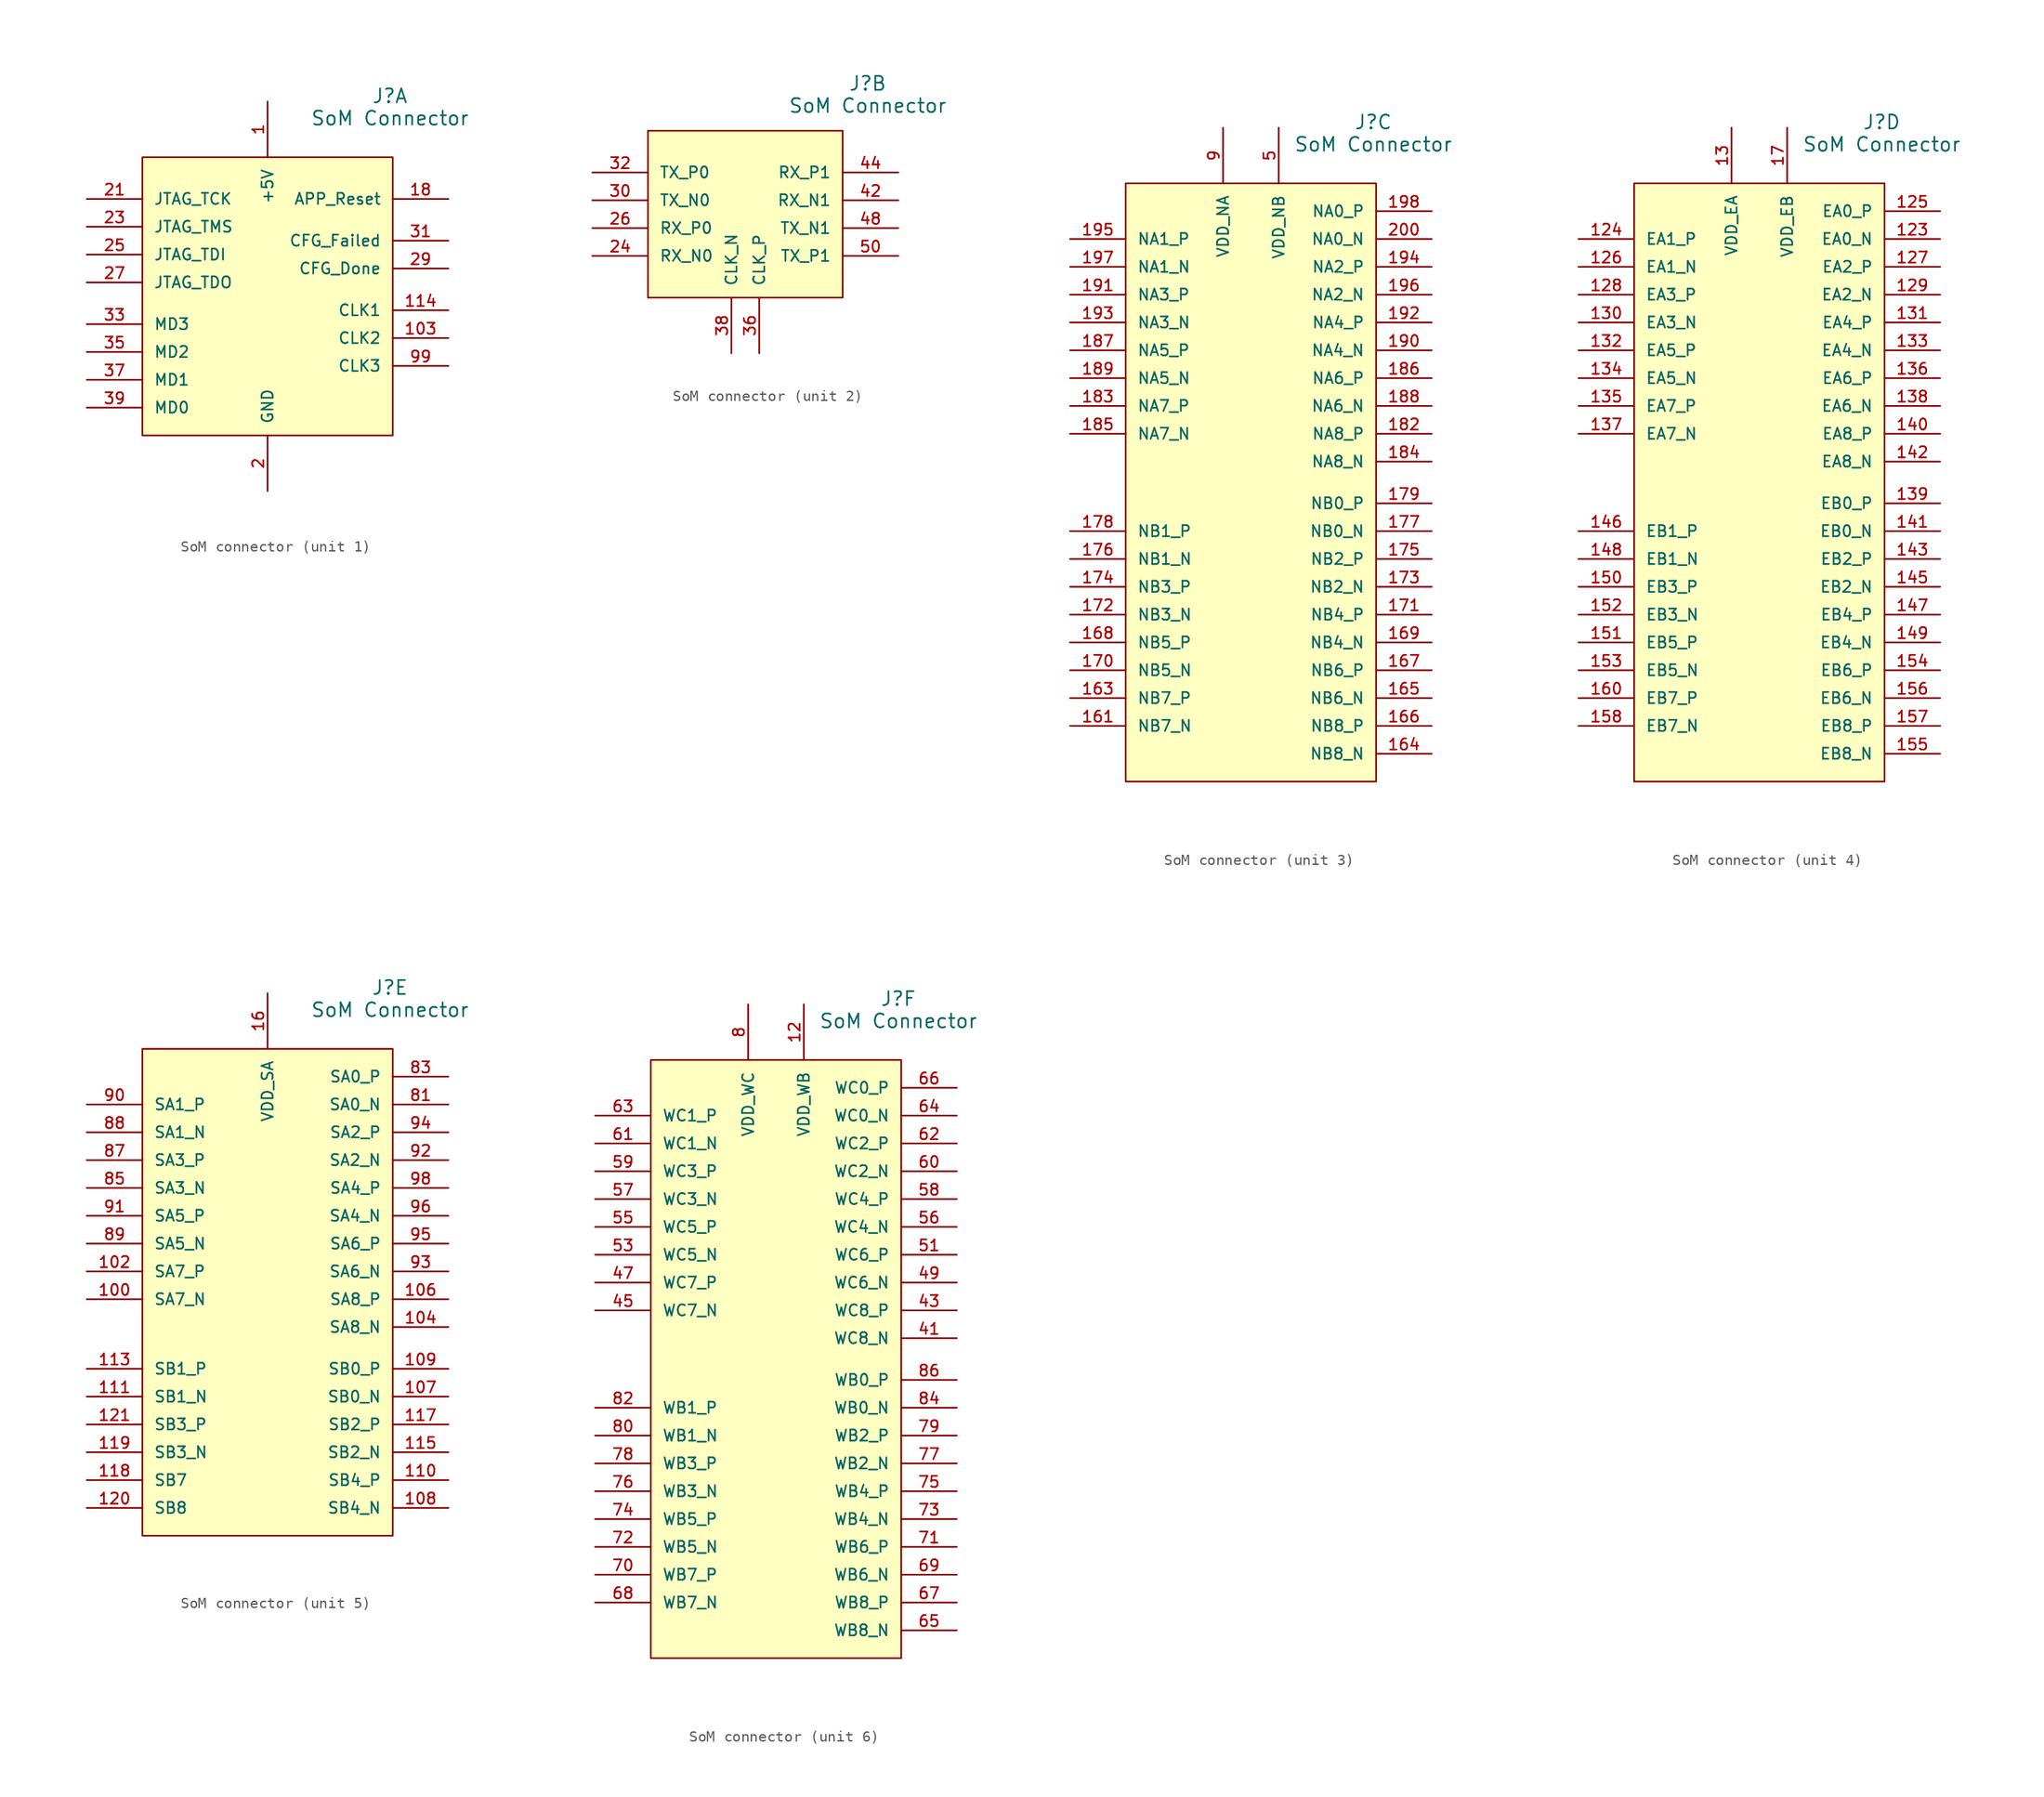
<source format=kicad_sym>
(kicad_symbol_lib
  (version 20231120)
  (generator "kicad_symbol_editor")
  (generator_version "8.0")
  (symbol "SoM connector"
    (pin_names
      (offset 1.016))
    (property "Reference" "J"
      (at 11.176 23.368 0)
      (effects (font (size 1.27 1.27))))
    (property "Value" "SoM Connector"
      (at 11.176 21.336 0)
      (effects (font (size 1.27 1.27))))
    (property "ki_locked" ""
      (at 0 0 0)
      (effects (font (size 1.27 1.27))))
    (symbol "SoM connector_1_0"
      (rectangle (start -11.43 17.78) (end 11.43 -7.62) (stroke (width 0.152) (type solid)) (fill (type background)))
      (pin power_in line (at 0 22.86 270) (length 5.08) (name "+5V" (effects (font (size 1.016 1.016)))) (number "1" (effects (font (size 1.016 1.016)))))
      (pin passive line (at 0 -12.7 90) (length 5.08) hide (name "GND" (effects (font (size 1.016 1.016)))) (number "10" (effects (font (size 1.016 1.016)))))
      (pin passive line (at 0 -12.7 90) (length 5.08) hide (name "GND" (effects (font (size 1.016 1.016)))) (number "101" (effects (font (size 1.016 1.016)))))
      (pin passive line (at 16.51 1.27 180) (length 5.08) (name "CLK2" (effects (font (size 1.016 1.016)))) (number "103" (effects (font (size 1.016 1.016)))))
      (pin passive line (at 0 -12.7 90) (length 5.08) hide (name "GND" (effects (font (size 1.016 1.016)))) (number "105" (effects (font (size 1.016 1.016)))))
      (pin passive line (at 0 -12.7 90) (length 5.08) hide (name "GND" (effects (font (size 1.016 1.016)))) (number "11" (effects (font (size 1.016 1.016)))))
      (pin passive line (at 0 -12.7 90) (length 5.08) hide (name "GND" (effects (font (size 1.016 1.016)))) (number "112" (effects (font (size 1.016 1.016)))))
      (pin passive line (at 16.51 3.81 180) (length 5.08) (name "CLK1" (effects (font (size 1.016 1.016)))) (number "114" (effects (font (size 1.016 1.016)))))
      (pin passive line (at 0 -12.7 90) (length 5.08) hide (name "GND" (effects (font (size 1.016 1.016)))) (number "116" (effects (font (size 1.016 1.016)))))
      (pin passive line (at 0 -12.7 90) (length 5.08) hide (name "GND" (effects (font (size 1.016 1.016)))) (number "122" (effects (font (size 1.016 1.016)))))
      (pin passive line (at 0 -12.7 90) (length 5.08) hide (name "GND" (effects (font (size 1.016 1.016)))) (number "14" (effects (font (size 1.016 1.016)))))
      (pin passive line (at 0 -12.7 90) (length 5.08) hide (name "GND" (effects (font (size 1.016 1.016)))) (number "144" (effects (font (size 1.016 1.016)))))
      (pin passive line (at 0 -12.7 90) (length 5.08) hide (name "GND" (effects (font (size 1.016 1.016)))) (number "15" (effects (font (size 1.016 1.016)))))
      (pin passive line (at 0 -12.7 90) (length 5.08) hide (name "GND" (effects (font (size 1.016 1.016)))) (number "159" (effects (font (size 1.016 1.016)))))
      (pin passive line (at 0 -12.7 90) (length 5.08) hide (name "GND" (effects (font (size 1.016 1.016)))) (number "162" (effects (font (size 1.016 1.016)))))
      (pin passive line (at 16.51 13.97 180) (length 5.08) (name "APP_Reset" (effects (font (size 1.016 1.016)))) (number "18" (effects (font (size 1.016 1.016)))))
      (pin passive line (at 0 -12.7 90) (length 5.08) hide (name "GND" (effects (font (size 1.016 1.016)))) (number "180" (effects (font (size 1.016 1.016)))))
      (pin passive line (at 0 -12.7 90) (length 5.08) hide (name "GND" (effects (font (size 1.016 1.016)))) (number "181" (effects (font (size 1.016 1.016)))))
      (pin passive line (at 0 -12.7 90) (length 5.08) hide (name "GND" (effects (font (size 1.016 1.016)))) (number "19" (effects (font (size 1.016 1.016)))))
      (pin passive line (at 0 -12.7 90) (length 5.08) hide (name "GND" (effects (font (size 1.016 1.016)))) (number "199" (effects (font (size 1.016 1.016)))))
      (pin passive line (at 0 -12.7 90) (length 5.08) (name "GND" (effects (font (size 1.016 1.016)))) (number "2" (effects (font (size 1.016 1.016)))))
      (pin passive line (at 0 -12.7 90) (length 5.08) hide (name "GND" (effects (font (size 1.016 1.016)))) (number "20" (effects (font (size 1.016 1.016)))))
      (pin passive line (at -16.51 13.97 0) (length 5.08) (name "JTAG_TCK" (effects (font (size 1.016 1.016)))) (number "21" (effects (font (size 1.016 1.016)))))
      (pin passive line (at 0 -12.7 90) (length 5.08) hide (name "GND" (effects (font (size 1.016 1.016)))) (number "22" (effects (font (size 1.016 1.016)))))
      (pin passive line (at -16.51 11.43 0) (length 5.08) (name "JTAG_TMS" (effects (font (size 1.016 1.016)))) (number "23" (effects (font (size 1.016 1.016)))))
      (pin passive line (at -16.51 8.89 0) (length 5.08) (name "JTAG_TDI" (effects (font (size 1.016 1.016)))) (number "25" (effects (font (size 1.016 1.016)))))
      (pin passive line (at -16.51 6.35 0) (length 5.08) (name "JTAG_TDO" (effects (font (size 1.016 1.016)))) (number "27" (effects (font (size 1.016 1.016)))))
      (pin passive line (at 0 -12.7 90) (length 5.08) hide (name "GND" (effects (font (size 1.016 1.016)))) (number "28" (effects (font (size 1.016 1.016)))))
      (pin passive line (at 16.51 7.62 180) (length 5.08) (name "CFG_Done" (effects (font (size 1.016 1.016)))) (number "29" (effects (font (size 1.016 1.016)))))
      (pin passive line (at 0 -12.7 90) (length 5.08) hide (name "GND" (effects (font (size 1.016 1.016)))) (number "3" (effects (font (size 1.016 1.016)))))
      (pin passive line (at 16.51 10.16 180) (length 5.08) (name "CFG_Failed" (effects (font (size 1.016 1.016)))) (number "31" (effects (font (size 1.016 1.016)))))
      (pin passive line (at -16.51 2.54 0) (length 5.08) (name "MD3" (effects (font (size 1.016 1.016)))) (number "33" (effects (font (size 1.016 1.016)))))
      (pin passive line (at 0 -12.7 90) (length 5.08) hide (name "GND" (effects (font (size 1.016 1.016)))) (number "34" (effects (font (size 1.016 1.016)))))
      (pin passive line (at -16.51 0 0) (length 5.08) (name "MD2" (effects (font (size 1.016 1.016)))) (number "35" (effects (font (size 1.016 1.016)))))
      (pin passive line (at -16.51 -2.54 0) (length 5.08) (name "MD1" (effects (font (size 1.016 1.016)))) (number "37" (effects (font (size 1.016 1.016)))))
      (pin passive line (at -16.51 -5.08 0) (length 5.08) (name "MD0" (effects (font (size 1.016 1.016)))) (number "39" (effects (font (size 1.016 1.016)))))
      (pin power_in line (at 0 22.86 270) (length 5.08) hide (name "+5V" (effects (font (size 1.016 1.016)))) (number "4" (effects (font (size 1.016 1.016)))))
      (pin passive line (at 0 -12.7 90) (length 5.08) hide (name "GND" (effects (font (size 1.016 1.016)))) (number "40" (effects (font (size 1.016 1.016)))))
      (pin passive line (at 0 -12.7 90) (length 5.08) hide (name "GND" (effects (font (size 1.016 1.016)))) (number "46" (effects (font (size 1.016 1.016)))))
      (pin passive line (at 0 -12.7 90) (length 5.08) hide (name "GND" (effects (font (size 1.016 1.016)))) (number "52" (effects (font (size 1.016 1.016)))))
      (pin passive line (at 0 -12.7 90) (length 5.08) hide (name "GND" (effects (font (size 1.016 1.016)))) (number "54" (effects (font (size 1.016 1.016)))))
      (pin passive line (at 0 -12.7 90) (length 5.08) hide (name "GND" (effects (font (size 1.016 1.016)))) (number "6" (effects (font (size 1.016 1.016)))))
      (pin passive line (at 0 -12.7 90) (length 5.08) hide (name "GND" (effects (font (size 1.016 1.016)))) (number "7" (effects (font (size 1.016 1.016)))))
      (pin passive line (at 0 -12.7 90) (length 5.08) hide (name "GND" (effects (font (size 1.016 1.016)))) (number "97" (effects (font (size 1.016 1.016)))))
      (pin passive line (at 16.51 -1.27 180) (length 5.08) (name "CLK3" (effects (font (size 1.016 1.016)))) (number "99" (effects (font (size 1.016 1.016)))))
      (pin passive line (at 0 -12.7 90) (length 5.08) hide (name "SHIELD" (effects (font (size 1.016 1.016)))) (number "S1" (effects (font (size 1.016 1.016)))))
      (pin passive line (at 0 -12.7 90) (length 5.08) hide (name "SHIELD__1" (effects (font (size 1.016 1.016)))) (number "S2" (effects (font (size 1.016 1.016))))))
    (symbol "SoM connector_2_0"
      (rectangle (start -8.89 19.05) (end 8.89 3.81) (stroke (width 0.152) (type solid)) (fill (type background)))
      (pin passive line (at -13.97 7.62 0) (length 5.08) (name "RX_N0" (effects (font (size 1.016 1.016)))) (number "24" (effects (font (size 1.016 1.016)))))
      (pin passive line (at -13.97 10.16 0) (length 5.08) (name "RX_P0" (effects (font (size 1.016 1.016)))) (number "26" (effects (font (size 1.016 1.016)))))
      (pin passive line (at -13.97 12.7 0) (length 5.08) (name "TX_N0" (effects (font (size 1.016 1.016)))) (number "30" (effects (font (size 1.016 1.016)))))
      (pin passive line (at -13.97 15.24 0) (length 5.08) (name "TX_P0" (effects (font (size 1.016 1.016)))) (number "32" (effects (font (size 1.016 1.016)))))
      (pin passive line (at 1.27 -1.27 90) (length 5.08) (name "CLK_P" (effects (font (size 1.016 1.016)))) (number "36" (effects (font (size 1.016 1.016)))))
      (pin passive line (at -1.27 -1.27 90) (length 5.08) (name "CLK_N" (effects (font (size 1.016 1.016)))) (number "38" (effects (font (size 1.016 1.016)))))
      (pin passive line (at 13.97 12.7 180) (length 5.08) (name "RX_N1" (effects (font (size 1.016 1.016)))) (number "42" (effects (font (size 1.016 1.016)))))
      (pin passive line (at 13.97 15.24 180) (length 5.08) (name "RX_P1" (effects (font (size 1.016 1.016)))) (number "44" (effects (font (size 1.016 1.016)))))
      (pin passive line (at 13.97 10.16 180) (length 5.08) (name "TX_N1" (effects (font (size 1.016 1.016)))) (number "48" (effects (font (size 1.016 1.016)))))
      (pin passive line (at 13.97 7.62 180) (length 5.08) (name "TX_P1" (effects (font (size 1.016 1.016)))) (number "50" (effects (font (size 1.016 1.016))))))
    (symbol "SoM connector_3_0"
      (rectangle (start -11.43 17.78) (end 11.43 -36.83) (stroke (width 0.152) (type solid)) (fill (type background)))
      (pin passive line (at -16.51 -31.75 0) (length 5.08) (name "NB7_N" (effects (font (size 1.016 1.016)))) (number "161" (effects (font (size 1.016 1.016)))))
      (pin passive line (at -16.51 -29.21 0) (length 5.08) (name "NB7_P" (effects (font (size 1.016 1.016)))) (number "163" (effects (font (size 1.016 1.016)))))
      (pin passive line (at 16.51 -34.29 180) (length 5.08) (name "NB8_N" (effects (font (size 1.016 1.016)))) (number "164" (effects (font (size 1.016 1.016)))))
      (pin passive line (at 16.51 -29.21 180) (length 5.08) (name "NB6_N" (effects (font (size 1.016 1.016)))) (number "165" (effects (font (size 1.016 1.016)))))
      (pin passive line (at 16.51 -31.75 180) (length 5.08) (name "NB8_P" (effects (font (size 1.016 1.016)))) (number "166" (effects (font (size 1.016 1.016)))))
      (pin passive line (at 16.51 -26.67 180) (length 5.08) (name "NB6_P" (effects (font (size 1.016 1.016)))) (number "167" (effects (font (size 1.016 1.016)))))
      (pin passive line (at -16.51 -24.13 0) (length 5.08) (name "NB5_P" (effects (font (size 1.016 1.016)))) (number "168" (effects (font (size 1.016 1.016)))))
      (pin passive line (at 16.51 -24.13 180) (length 5.08) (name "NB4_N" (effects (font (size 1.016 1.016)))) (number "169" (effects (font (size 1.016 1.016)))))
      (pin passive line (at -16.51 -26.67 0) (length 5.08) (name "NB5_N" (effects (font (size 1.016 1.016)))) (number "170" (effects (font (size 1.016 1.016)))))
      (pin passive line (at 16.51 -21.59 180) (length 5.08) (name "NB4_P" (effects (font (size 1.016 1.016)))) (number "171" (effects (font (size 1.016 1.016)))))
      (pin passive line (at -16.51 -21.59 0) (length 5.08) (name "NB3_N" (effects (font (size 1.016 1.016)))) (number "172" (effects (font (size 1.016 1.016)))))
      (pin passive line (at 16.51 -19.05 180) (length 5.08) (name "NB2_N" (effects (font (size 1.016 1.016)))) (number "173" (effects (font (size 1.016 1.016)))))
      (pin passive line (at -16.51 -19.05 0) (length 5.08) (name "NB3_P" (effects (font (size 1.016 1.016)))) (number "174" (effects (font (size 1.016 1.016)))))
      (pin passive line (at 16.51 -16.51 180) (length 5.08) (name "NB2_P" (effects (font (size 1.016 1.016)))) (number "175" (effects (font (size 1.016 1.016)))))
      (pin passive line (at -16.51 -16.51 0) (length 5.08) (name "NB1_N" (effects (font (size 1.016 1.016)))) (number "176" (effects (font (size 1.016 1.016)))))
      (pin passive line (at 16.51 -13.97 180) (length 5.08) (name "NB0_N" (effects (font (size 1.016 1.016)))) (number "177" (effects (font (size 1.016 1.016)))))
      (pin passive line (at -16.51 -13.97 0) (length 5.08) (name "NB1_P" (effects (font (size 1.016 1.016)))) (number "178" (effects (font (size 1.016 1.016)))))
      (pin passive line (at 16.51 -11.43 180) (length 5.08) (name "NB0_P" (effects (font (size 1.016 1.016)))) (number "179" (effects (font (size 1.016 1.016)))))
      (pin passive line (at 16.51 -5.08 180) (length 5.08) (name "NA8_P" (effects (font (size 1.016 1.016)))) (number "182" (effects (font (size 1.016 1.016)))))
      (pin passive line (at -16.51 -2.54 0) (length 5.08) (name "NA7_P" (effects (font (size 1.016 1.016)))) (number "183" (effects (font (size 1.016 1.016)))))
      (pin passive line (at 16.51 -7.62 180) (length 5.08) (name "NA8_N" (effects (font (size 1.016 1.016)))) (number "184" (effects (font (size 1.016 1.016)))))
      (pin passive line (at -16.51 -5.08 0) (length 5.08) (name "NA7_N" (effects (font (size 1.016 1.016)))) (number "185" (effects (font (size 1.016 1.016)))))
      (pin passive line (at 16.51 0 180) (length 5.08) (name "NA6_P" (effects (font (size 1.016 1.016)))) (number "186" (effects (font (size 1.016 1.016)))))
      (pin passive line (at -16.51 2.54 0) (length 5.08) (name "NA5_P" (effects (font (size 1.016 1.016)))) (number "187" (effects (font (size 1.016 1.016)))))
      (pin passive line (at 16.51 -2.54 180) (length 5.08) (name "NA6_N" (effects (font (size 1.016 1.016)))) (number "188" (effects (font (size 1.016 1.016)))))
      (pin passive line (at -16.51 0 0) (length 5.08) (name "NA5_N" (effects (font (size 1.016 1.016)))) (number "189" (effects (font (size 1.016 1.016)))))
      (pin passive line (at 16.51 2.54 180) (length 5.08) (name "NA4_N" (effects (font (size 1.016 1.016)))) (number "190" (effects (font (size 1.016 1.016)))))
      (pin passive line (at -16.51 7.62 0) (length 5.08) (name "NA3_P" (effects (font (size 1.016 1.016)))) (number "191" (effects (font (size 1.016 1.016)))))
      (pin passive line (at 16.51 5.08 180) (length 5.08) (name "NA4_P" (effects (font (size 1.016 1.016)))) (number "192" (effects (font (size 1.016 1.016)))))
      (pin passive line (at -16.51 5.08 0) (length 5.08) (name "NA3_N" (effects (font (size 1.016 1.016)))) (number "193" (effects (font (size 1.016 1.016)))))
      (pin passive line (at 16.51 10.16 180) (length 5.08) (name "NA2_P" (effects (font (size 1.016 1.016)))) (number "194" (effects (font (size 1.016 1.016)))))
      (pin passive line (at -16.51 12.7 0) (length 5.08) (name "NA1_P" (effects (font (size 1.016 1.016)))) (number "195" (effects (font (size 1.016 1.016)))))
      (pin passive line (at 16.51 7.62 180) (length 5.08) (name "NA2_N" (effects (font (size 1.016 1.016)))) (number "196" (effects (font (size 1.016 1.016)))))
      (pin passive line (at -16.51 10.16 0) (length 5.08) (name "NA1_N" (effects (font (size 1.016 1.016)))) (number "197" (effects (font (size 1.016 1.016)))))
      (pin passive line (at 16.51 15.24 180) (length 5.08) (name "NA0_P" (effects (font (size 1.016 1.016)))) (number "198" (effects (font (size 1.016 1.016)))))
      (pin passive line (at 16.51 12.7 180) (length 5.08) (name "NA0_N" (effects (font (size 1.016 1.016)))) (number "200" (effects (font (size 1.016 1.016)))))
      (pin power_in line (at 2.54 22.86 270) (length 5.08) (name "VDD_NB" (effects (font (size 1.016 1.016)))) (number "5" (effects (font (size 1.016 1.016)))))
      (pin power_in line (at -2.54 22.86 270) (length 5.08) (name "VDD_NA" (effects (font (size 1.016 1.016)))) (number "9" (effects (font (size 1.016 1.016))))))
    (symbol "SoM connector_4_0"
      (rectangle (start -11.43 17.78) (end 11.43 -36.83) (stroke (width 0.152) (type solid)) (fill (type background)))
      (pin passive line (at 16.51 12.7 180) (length 5.08) (name "EA0_N" (effects (font (size 1.016 1.016)))) (number "123" (effects (font (size 1.016 1.016)))))
      (pin passive line (at -16.51 12.7 0) (length 5.08) (name "EA1_P" (effects (font (size 1.016 1.016)))) (number "124" (effects (font (size 1.016 1.016)))))
      (pin passive line (at 16.51 15.24 180) (length 5.08) (name "EA0_P" (effects (font (size 1.016 1.016)))) (number "125" (effects (font (size 1.016 1.016)))))
      (pin passive line (at -16.51 10.16 0) (length 5.08) (name "EA1_N" (effects (font (size 1.016 1.016)))) (number "126" (effects (font (size 1.016 1.016)))))
      (pin passive line (at 16.51 10.16 180) (length 5.08) (name "EA2_P" (effects (font (size 1.016 1.016)))) (number "127" (effects (font (size 1.016 1.016)))))
      (pin passive line (at -16.51 7.62 0) (length 5.08) (name "EA3_P" (effects (font (size 1.016 1.016)))) (number "128" (effects (font (size 1.016 1.016)))))
      (pin passive line (at 16.51 7.62 180) (length 5.08) (name "EA2_N" (effects (font (size 1.016 1.016)))) (number "129" (effects (font (size 1.016 1.016)))))
      (pin power_in line (at -2.54 22.86 270) (length 5.08) (name "VDD_EA" (effects (font (size 1.016 1.016)))) (number "13" (effects (font (size 1.016 1.016)))))
      (pin passive line (at -16.51 5.08 0) (length 5.08) (name "EA3_N" (effects (font (size 1.016 1.016)))) (number "130" (effects (font (size 1.016 1.016)))))
      (pin passive line (at 16.51 5.08 180) (length 5.08) (name "EA4_P" (effects (font (size 1.016 1.016)))) (number "131" (effects (font (size 1.016 1.016)))))
      (pin passive line (at -16.51 2.54 0) (length 5.08) (name "EA5_P" (effects (font (size 1.016 1.016)))) (number "132" (effects (font (size 1.016 1.016)))))
      (pin passive line (at 16.51 2.54 180) (length 5.08) (name "EA4_N" (effects (font (size 1.016 1.016)))) (number "133" (effects (font (size 1.016 1.016)))))
      (pin passive line (at -16.51 0 0) (length 5.08) (name "EA5_N" (effects (font (size 1.016 1.016)))) (number "134" (effects (font (size 1.016 1.016)))))
      (pin passive line (at -16.51 -2.54 0) (length 5.08) (name "EA7_P" (effects (font (size 1.016 1.016)))) (number "135" (effects (font (size 1.016 1.016)))))
      (pin passive line (at 16.51 0 180) (length 5.08) (name "EA6_P" (effects (font (size 1.016 1.016)))) (number "136" (effects (font (size 1.016 1.016)))))
      (pin passive line (at -16.51 -5.08 0) (length 5.08) (name "EA7_N" (effects (font (size 1.016 1.016)))) (number "137" (effects (font (size 1.016 1.016)))))
      (pin passive line (at 16.51 -2.54 180) (length 5.08) (name "EA6_N" (effects (font (size 1.016 1.016)))) (number "138" (effects (font (size 1.016 1.016)))))
      (pin passive line (at 16.51 -11.43 180) (length 5.08) (name "EB0_P" (effects (font (size 1.016 1.016)))) (number "139" (effects (font (size 1.016 1.016)))))
      (pin passive line (at 16.51 -5.08 180) (length 5.08) (name "EA8_P" (effects (font (size 1.016 1.016)))) (number "140" (effects (font (size 1.016 1.016)))))
      (pin passive line (at 16.51 -13.97 180) (length 5.08) (name "EB0_N" (effects (font (size 1.016 1.016)))) (number "141" (effects (font (size 1.016 1.016)))))
      (pin passive line (at 16.51 -7.62 180) (length 5.08) (name "EA8_N" (effects (font (size 1.016 1.016)))) (number "142" (effects (font (size 1.016 1.016)))))
      (pin passive line (at 16.51 -16.51 180) (length 5.08) (name "EB2_P" (effects (font (size 1.016 1.016)))) (number "143" (effects (font (size 1.016 1.016)))))
      (pin passive line (at 16.51 -19.05 180) (length 5.08) (name "EB2_N" (effects (font (size 1.016 1.016)))) (number "145" (effects (font (size 1.016 1.016)))))
      (pin passive line (at -16.51 -13.97 0) (length 5.08) (name "EB1_P" (effects (font (size 1.016 1.016)))) (number "146" (effects (font (size 1.016 1.016)))))
      (pin passive line (at 16.51 -21.59 180) (length 5.08) (name "EB4_P" (effects (font (size 1.016 1.016)))) (number "147" (effects (font (size 1.016 1.016)))))
      (pin passive line (at -16.51 -16.51 0) (length 5.08) (name "EB1_N" (effects (font (size 1.016 1.016)))) (number "148" (effects (font (size 1.016 1.016)))))
      (pin passive line (at 16.51 -24.13 180) (length 5.08) (name "EB4_N" (effects (font (size 1.016 1.016)))) (number "149" (effects (font (size 1.016 1.016)))))
      (pin passive line (at -16.51 -19.05 0) (length 5.08) (name "EB3_P" (effects (font (size 1.016 1.016)))) (number "150" (effects (font (size 1.016 1.016)))))
      (pin passive line (at -16.51 -24.13 0) (length 5.08) (name "EB5_P" (effects (font (size 1.016 1.016)))) (number "151" (effects (font (size 1.016 1.016)))))
      (pin passive line (at -16.51 -21.59 0) (length 5.08) (name "EB3_N" (effects (font (size 1.016 1.016)))) (number "152" (effects (font (size 1.016 1.016)))))
      (pin passive line (at -16.51 -26.67 0) (length 5.08) (name "EB5_N" (effects (font (size 1.016 1.016)))) (number "153" (effects (font (size 1.016 1.016)))))
      (pin passive line (at 16.51 -26.67 180) (length 5.08) (name "EB6_P" (effects (font (size 1.016 1.016)))) (number "154" (effects (font (size 1.016 1.016)))))
      (pin passive line (at 16.51 -34.29 180) (length 5.08) (name "EB8_N" (effects (font (size 1.016 1.016)))) (number "155" (effects (font (size 1.016 1.016)))))
      (pin passive line (at 16.51 -29.21 180) (length 5.08) (name "EB6_N" (effects (font (size 1.016 1.016)))) (number "156" (effects (font (size 1.016 1.016)))))
      (pin passive line (at 16.51 -31.75 180) (length 5.08) (name "EB8_P" (effects (font (size 1.016 1.016)))) (number "157" (effects (font (size 1.016 1.016)))))
      (pin passive line (at -16.51 -31.75 0) (length 5.08) (name "EB7_N" (effects (font (size 1.016 1.016)))) (number "158" (effects (font (size 1.016 1.016)))))
      (pin passive line (at -16.51 -29.21 0) (length 5.08) (name "EB7_P" (effects (font (size 1.016 1.016)))) (number "160" (effects (font (size 1.016 1.016)))))
      (pin power_in line (at 2.54 22.86 270) (length 5.08) (name "VDD_EB" (effects (font (size 1.016 1.016)))) (number "17" (effects (font (size 1.016 1.016))))))
    (symbol "SoM connector_5_0"
      (rectangle (start -11.43 17.78) (end 11.43 -26.67) (stroke (width 0.152) (type solid)) (fill (type background)))
      (pin passive line (at -16.51 -5.08 0) (length 5.08) (name "SA7_N" (effects (font (size 1.016 1.016)))) (number "100" (effects (font (size 1.016 1.016)))))
      (pin passive line (at -16.51 -2.54 0) (length 5.08) (name "SA7_P" (effects (font (size 1.016 1.016)))) (number "102" (effects (font (size 1.016 1.016)))))
      (pin passive line (at 16.51 -7.62 180) (length 5.08) (name "SA8_N" (effects (font (size 1.016 1.016)))) (number "104" (effects (font (size 1.016 1.016)))))
      (pin passive line (at 16.51 -5.08 180) (length 5.08) (name "SA8_P" (effects (font (size 1.016 1.016)))) (number "106" (effects (font (size 1.016 1.016)))))
      (pin passive line (at 16.51 -13.97 180) (length 5.08) (name "SB0_N" (effects (font (size 1.016 1.016)))) (number "107" (effects (font (size 1.016 1.016)))))
      (pin passive line (at 16.51 -24.13 180) (length 5.08) (name "SB4_N" (effects (font (size 1.016 1.016)))) (number "108" (effects (font (size 1.016 1.016)))))
      (pin passive line (at 16.51 -11.43 180) (length 5.08) (name "SB0_P" (effects (font (size 1.016 1.016)))) (number "109" (effects (font (size 1.016 1.016)))))
      (pin passive line (at 16.51 -21.59 180) (length 5.08) (name "SB4_P" (effects (font (size 1.016 1.016)))) (number "110" (effects (font (size 1.016 1.016)))))
      (pin passive line (at -16.51 -13.97 0) (length 5.08) (name "SB1_N" (effects (font (size 1.016 1.016)))) (number "111" (effects (font (size 1.016 1.016)))))
      (pin passive line (at -16.51 -11.43 0) (length 5.08) (name "SB1_P" (effects (font (size 1.016 1.016)))) (number "113" (effects (font (size 1.016 1.016)))))
      (pin passive line (at 16.51 -19.05 180) (length 5.08) (name "SB2_N" (effects (font (size 1.016 1.016)))) (number "115" (effects (font (size 1.016 1.016)))))
      (pin passive line (at 16.51 -16.51 180) (length 5.08) (name "SB2_P" (effects (font (size 1.016 1.016)))) (number "117" (effects (font (size 1.016 1.016)))))
      (pin passive line (at -16.51 -21.59 0) (length 5.08) (name "SB7" (effects (font (size 1.016 1.016)))) (number "118" (effects (font (size 1.016 1.016)))))
      (pin passive line (at -16.51 -19.05 0) (length 5.08) (name "SB3_N" (effects (font (size 1.016 1.016)))) (number "119" (effects (font (size 1.016 1.016)))))
      (pin passive line (at -16.51 -24.13 0) (length 5.08) (name "SB8" (effects (font (size 1.016 1.016)))) (number "120" (effects (font (size 1.016 1.016)))))
      (pin passive line (at -16.51 -16.51 0) (length 5.08) (name "SB3_P" (effects (font (size 1.016 1.016)))) (number "121" (effects (font (size 1.016 1.016)))))
      (pin power_in line (at 0 22.86 270) (length 5.08) (name "VDD_SA" (effects (font (size 1.016 1.016)))) (number "16" (effects (font (size 1.016 1.016)))))
      (pin passive line (at 16.51 12.7 180) (length 5.08) (name "SA0_N" (effects (font (size 1.016 1.016)))) (number "81" (effects (font (size 1.016 1.016)))))
      (pin passive line (at 16.51 15.24 180) (length 5.08) (name "SA0_P" (effects (font (size 1.016 1.016)))) (number "83" (effects (font (size 1.016 1.016)))))
      (pin passive line (at -16.51 5.08 0) (length 5.08) (name "SA3_N" (effects (font (size 1.016 1.016)))) (number "85" (effects (font (size 1.016 1.016)))))
      (pin passive line (at -16.51 7.62 0) (length 5.08) (name "SA3_P" (effects (font (size 1.016 1.016)))) (number "87" (effects (font (size 1.016 1.016)))))
      (pin passive line (at -16.51 10.16 0) (length 5.08) (name "SA1_N" (effects (font (size 1.016 1.016)))) (number "88" (effects (font (size 1.016 1.016)))))
      (pin passive line (at -16.51 0 0) (length 5.08) (name "SA5_N" (effects (font (size 1.016 1.016)))) (number "89" (effects (font (size 1.016 1.016)))))
      (pin passive line (at -16.51 12.7 0) (length 5.08) (name "SA1_P" (effects (font (size 1.016 1.016)))) (number "90" (effects (font (size 1.016 1.016)))))
      (pin passive line (at -16.51 2.54 0) (length 5.08) (name "SA5_P" (effects (font (size 1.016 1.016)))) (number "91" (effects (font (size 1.016 1.016)))))
      (pin passive line (at 16.51 7.62 180) (length 5.08) (name "SA2_N" (effects (font (size 1.016 1.016)))) (number "92" (effects (font (size 1.016 1.016)))))
      (pin passive line (at 16.51 -2.54 180) (length 5.08) (name "SA6_N" (effects (font (size 1.016 1.016)))) (number "93" (effects (font (size 1.016 1.016)))))
      (pin passive line (at 16.51 10.16 180) (length 5.08) (name "SA2_P" (effects (font (size 1.016 1.016)))) (number "94" (effects (font (size 1.016 1.016)))))
      (pin passive line (at 16.51 0 180) (length 5.08) (name "SA6_P" (effects (font (size 1.016 1.016)))) (number "95" (effects (font (size 1.016 1.016)))))
      (pin passive line (at 16.51 2.54 180) (length 5.08) (name "SA4_N" (effects (font (size 1.016 1.016)))) (number "96" (effects (font (size 1.016 1.016)))))
      (pin passive line (at 16.51 5.08 180) (length 5.08) (name "SA4_P" (effects (font (size 1.016 1.016)))) (number "98" (effects (font (size 1.016 1.016))))))
    (symbol "SoM connector_6_0"
      (rectangle (start -11.43 17.78) (end 11.43 -36.83) (stroke (width 0.152) (type solid)) (fill (type background)))
      (pin power_in line (at 2.54 22.86 270) (length 5.08) (name "VDD_WB" (effects (font (size 1.016 1.016)))) (number "12" (effects (font (size 1.016 1.016)))))
      (pin passive line (at 16.51 -7.62 180) (length 5.08) (name "WC8_N" (effects (font (size 1.016 1.016)))) (number "41" (effects (font (size 1.016 1.016)))))
      (pin passive line (at 16.51 -5.08 180) (length 5.08) (name "WC8_P" (effects (font (size 1.016 1.016)))) (number "43" (effects (font (size 1.016 1.016)))))
      (pin passive line (at -16.51 -5.08 0) (length 5.08) (name "WC7_N" (effects (font (size 1.016 1.016)))) (number "45" (effects (font (size 1.016 1.016)))))
      (pin passive line (at -16.51 -2.54 0) (length 5.08) (name "WC7_P" (effects (font (size 1.016 1.016)))) (number "47" (effects (font (size 1.016 1.016)))))
      (pin passive line (at 16.51 -2.54 180) (length 5.08) (name "WC6_N" (effects (font (size 1.016 1.016)))) (number "49" (effects (font (size 1.016 1.016)))))
      (pin passive line (at 16.51 0 180) (length 5.08) (name "WC6_P" (effects (font (size 1.016 1.016)))) (number "51" (effects (font (size 1.016 1.016)))))
      (pin passive line (at -16.51 0 0) (length 5.08) (name "WC5_N" (effects (font (size 1.016 1.016)))) (number "53" (effects (font (size 1.016 1.016)))))
      (pin passive line (at -16.51 2.54 0) (length 5.08) (name "WC5_P" (effects (font (size 1.016 1.016)))) (number "55" (effects (font (size 1.016 1.016)))))
      (pin passive line (at 16.51 2.54 180) (length 5.08) (name "WC4_N" (effects (font (size 1.016 1.016)))) (number "56" (effects (font (size 1.016 1.016)))))
      (pin passive line (at -16.51 5.08 0) (length 5.08) (name "WC3_N" (effects (font (size 1.016 1.016)))) (number "57" (effects (font (size 1.016 1.016)))))
      (pin passive line (at 16.51 5.08 180) (length 5.08) (name "WC4_P" (effects (font (size 1.016 1.016)))) (number "58" (effects (font (size 1.016 1.016)))))
      (pin passive line (at -16.51 7.62 0) (length 5.08) (name "WC3_P" (effects (font (size 1.016 1.016)))) (number "59" (effects (font (size 1.016 1.016)))))
      (pin passive line (at 16.51 7.62 180) (length 5.08) (name "WC2_N" (effects (font (size 1.016 1.016)))) (number "60" (effects (font (size 1.016 1.016)))))
      (pin passive line (at -16.51 10.16 0) (length 5.08) (name "WC1_N" (effects (font (size 1.016 1.016)))) (number "61" (effects (font (size 1.016 1.016)))))
      (pin passive line (at 16.51 10.16 180) (length 5.08) (name "WC2_P" (effects (font (size 1.016 1.016)))) (number "62" (effects (font (size 1.016 1.016)))))
      (pin passive line (at -16.51 12.7 0) (length 5.08) (name "WC1_P" (effects (font (size 1.016 1.016)))) (number "63" (effects (font (size 1.016 1.016)))))
      (pin passive line (at 16.51 12.7 180) (length 5.08) (name "WC0_N" (effects (font (size 1.016 1.016)))) (number "64" (effects (font (size 1.016 1.016)))))
      (pin passive line (at 16.51 -34.29 180) (length 5.08) (name "WB8_N" (effects (font (size 1.016 1.016)))) (number "65" (effects (font (size 1.016 1.016)))))
      (pin passive line (at 16.51 15.24 180) (length 5.08) (name "WC0_P" (effects (font (size 1.016 1.016)))) (number "66" (effects (font (size 1.016 1.016)))))
      (pin passive line (at 16.51 -31.75 180) (length 5.08) (name "WB8_P" (effects (font (size 1.016 1.016)))) (number "67" (effects (font (size 1.016 1.016)))))
      (pin passive line (at -16.51 -31.75 0) (length 5.08) (name "WB7_N" (effects (font (size 1.016 1.016)))) (number "68" (effects (font (size 1.016 1.016)))))
      (pin passive line (at 16.51 -29.21 180) (length 5.08) (name "WB6_N" (effects (font (size 1.016 1.016)))) (number "69" (effects (font (size 1.016 1.016)))))
      (pin passive line (at -16.51 -29.21 0) (length 5.08) (name "WB7_P" (effects (font (size 1.016 1.016)))) (number "70" (effects (font (size 1.016 1.016)))))
      (pin passive line (at 16.51 -26.67 180) (length 5.08) (name "WB6_P" (effects (font (size 1.016 1.016)))) (number "71" (effects (font (size 1.016 1.016)))))
      (pin passive line (at -16.51 -26.67 0) (length 5.08) (name "WB5_N" (effects (font (size 1.016 1.016)))) (number "72" (effects (font (size 1.016 1.016)))))
      (pin passive line (at 16.51 -24.13 180) (length 5.08) (name "WB4_N" (effects (font (size 1.016 1.016)))) (number "73" (effects (font (size 1.016 1.016)))))
      (pin passive line (at -16.51 -24.13 0) (length 5.08) (name "WB5_P" (effects (font (size 1.016 1.016)))) (number "74" (effects (font (size 1.016 1.016)))))
      (pin passive line (at 16.51 -21.59 180) (length 5.08) (name "WB4_P" (effects (font (size 1.016 1.016)))) (number "75" (effects (font (size 1.016 1.016)))))
      (pin passive line (at -16.51 -21.59 0) (length 5.08) (name "WB3_N" (effects (font (size 1.016 1.016)))) (number "76" (effects (font (size 1.016 1.016)))))
      (pin passive line (at 16.51 -19.05 180) (length 5.08) (name "WB2_N" (effects (font (size 1.016 1.016)))) (number "77" (effects (font (size 1.016 1.016)))))
      (pin passive line (at -16.51 -19.05 0) (length 5.08) (name "WB3_P" (effects (font (size 1.016 1.016)))) (number "78" (effects (font (size 1.016 1.016)))))
      (pin passive line (at 16.51 -16.51 180) (length 5.08) (name "WB2_P" (effects (font (size 1.016 1.016)))) (number "79" (effects (font (size 1.016 1.016)))))
      (pin power_in line (at -2.54 22.86 270) (length 5.08) (name "VDD_WC" (effects (font (size 1.016 1.016)))) (number "8" (effects (font (size 1.016 1.016)))))
      (pin passive line (at -16.51 -16.51 0) (length 5.08) (name "WB1_N" (effects (font (size 1.016 1.016)))) (number "80" (effects (font (size 1.016 1.016)))))
      (pin passive line (at -16.51 -13.97 0) (length 5.08) (name "WB1_P" (effects (font (size 1.016 1.016)))) (number "82" (effects (font (size 1.016 1.016)))))
      (pin passive line (at 16.51 -13.97 180) (length 5.08) (name "WB0_N" (effects (font (size 1.016 1.016)))) (number "84" (effects (font (size 1.016 1.016)))))
      (pin passive line (at 16.51 -11.43 180) (length 5.08) (name "WB0_P" (effects (font (size 1.016 1.016)))) (number "86" (effects (font (size 1.016 1.016))))))))
</source>
